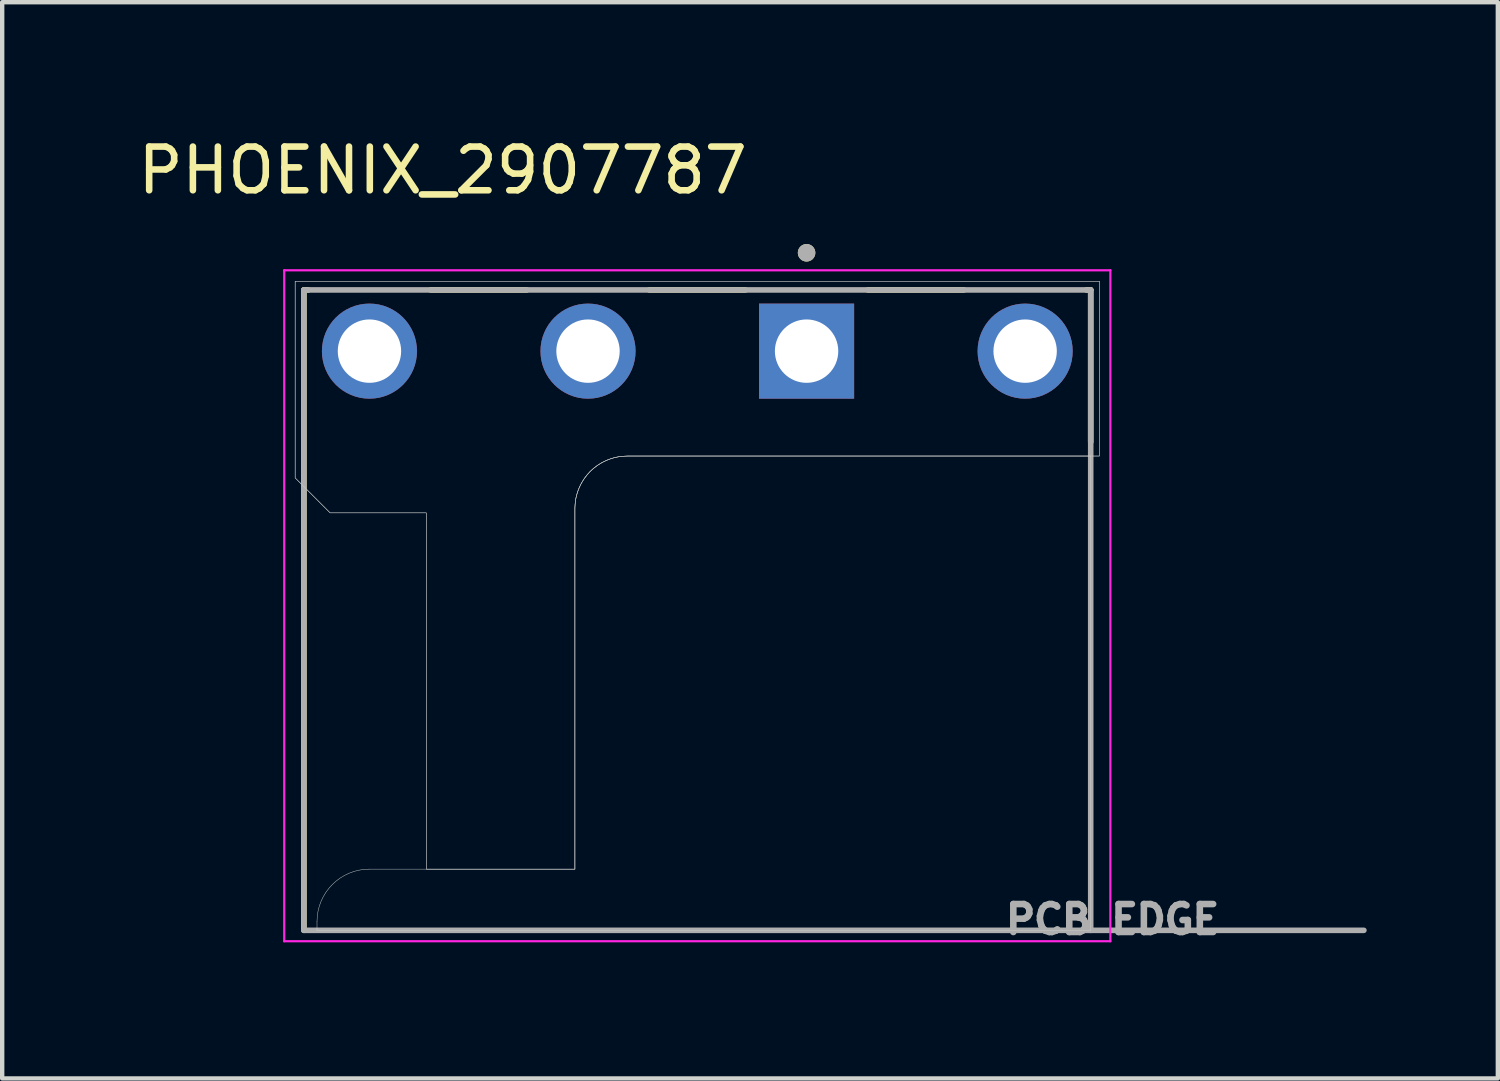
<source format=kicad_pcb>
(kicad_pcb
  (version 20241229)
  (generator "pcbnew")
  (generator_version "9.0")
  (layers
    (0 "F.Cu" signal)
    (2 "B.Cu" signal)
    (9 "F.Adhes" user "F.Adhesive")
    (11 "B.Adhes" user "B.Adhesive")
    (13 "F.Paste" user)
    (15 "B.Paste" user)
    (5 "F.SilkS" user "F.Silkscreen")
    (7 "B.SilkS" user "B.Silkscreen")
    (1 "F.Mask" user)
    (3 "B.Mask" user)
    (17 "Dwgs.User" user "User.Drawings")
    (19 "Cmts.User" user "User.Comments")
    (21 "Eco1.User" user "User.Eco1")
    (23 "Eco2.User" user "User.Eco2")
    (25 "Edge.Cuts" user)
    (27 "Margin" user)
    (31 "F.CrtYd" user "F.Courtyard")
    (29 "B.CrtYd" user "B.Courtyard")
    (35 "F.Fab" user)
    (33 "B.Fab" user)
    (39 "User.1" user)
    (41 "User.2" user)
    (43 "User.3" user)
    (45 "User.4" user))
  (footprint "PHOENIX_2907787"
    (layer "F.Cu")
    (at 3.902 18.233)
    (property "Reference" "PHOENIX_2907787" (at 3.175 -17.385 0) (layer "F.SilkS") (effects (font (size 1 1) (thickness 0.15))))
    (attr through_hole)
    (fp_line (start 0 -14.65) (end 0.099 -14.65) (stroke (width 0.127) (type solid)) (layer "F.SilkS"))
    (fp_line (start 0 0) (end 0 -14.65) (stroke (width 0.127) (type solid)) (layer "F.SilkS"))
    (fp_line (start 2.901 -14.65) (end 5.099 -14.65) (stroke (width 0.127) (type solid)) (layer "F.SilkS"))
    (fp_line (start 7.901 -14.65) (end 10.099 -14.65) (stroke (width 0.127) (type solid)) (layer "F.SilkS"))
    (fp_line (start 12.901 -14.65) (end 15.099 -14.65) (stroke (width 0.127) (type solid)) (layer "F.SilkS"))
    (fp_line (start 17.901 -14.65) (end 18 -14.65) (stroke (width 0.127) (type solid)) (layer "F.SilkS"))
    (fp_line (start 18 -14.65) (end 18 -11.17) (stroke (width 0.127) (type solid)) (layer "F.SilkS"))
    (fp_circle (center 11.5 -15.5) (end 11.6 -15.5) (stroke (width 0.2) (type solid)) (fill no) (layer "F.SilkS"))
    (fp_poly (pts (xy 18.2 -14.85) (xy 18.2 -10.85) (xy 7.4 -10.85) (xy 7.337 -10.848) (xy 7.275 -10.843) (xy 7.212 -10.835) (xy 7.151 -10.824) (xy 7.089 -10.809) (xy 7.029 -10.791) (xy 6.97 -10.77) (xy 6.912 -10.746) (xy 6.855 -10.719) (xy 6.8 -10.689) (xy 6.746 -10.656) (xy 6.695 -10.621) (xy 6.645 -10.583) (xy 6.597 -10.542) (xy 6.551 -10.499) (xy 6.508 -10.453) (xy 6.467 -10.405) (xy 6.429 -10.355) (xy 6.394 -10.304) (xy 6.361 -10.25) (xy 6.331 -10.195) (xy 6.304 -10.138) (xy 6.28 -10.08) (xy 6.259 -10.021) (xy 6.241 -9.961) (xy 6.226 -9.899) (xy 6.215 -9.838) (xy 6.207 -9.775) (xy 6.202 -9.713) (xy 6.2 -9.65) (xy 6.2 -1.4) (xy 2.8 -1.4) (xy 2.8 -9.55) (xy 0.6 -9.55) (xy -0.2 -10.35) (xy -0.2 -14.85) (xy 18.2 -14.85)) (stroke (width 0.01) (type solid)) (fill no) (layer "Dwgs.User"))
    (fp_poly (pts (xy 18.2 -14.85) (xy 18.2 -10.85) (xy 7.4 -10.85) (xy 7.337 -10.848) (xy 7.275 -10.843) (xy 7.212 -10.835) (xy 7.151 -10.824) (xy 7.089 -10.809) (xy 7.029 -10.791) (xy 6.97 -10.77) (xy 6.912 -10.746) (xy 6.855 -10.719) (xy 6.8 -10.689) (xy 6.746 -10.656) (xy 6.695 -10.621) (xy 6.645 -10.583) (xy 6.597 -10.542) (xy 6.551 -10.499) (xy 6.508 -10.453) (xy 6.467 -10.405) (xy 6.429 -10.355) (xy 6.394 -10.304) (xy 6.361 -10.25) (xy 6.331 -10.195) (xy 6.304 -10.138) (xy 6.28 -10.08) (xy 6.259 -10.021) (xy 6.241 -9.961) (xy 6.226 -9.899) (xy 6.215 -9.838) (xy 6.207 -9.775) (xy 6.202 -9.713) (xy 6.2 -9.65) (xy 6.2 -1.4) (xy 2.8 -1.4) (xy 2.8 -9.55) (xy 0.6 -9.55) (xy -0.2 -10.35) (xy -0.2 -14.85) (xy 18.2 -14.85)) (stroke (width 0.01) (type solid)) (fill no) (layer "Dwgs.User"))
    (fp_line (start 0.3 -0.2) (end 0.3 0) (stroke (width 0.01) (type solid)) (layer "Edge.Cuts"))
    (fp_line (start 0.3 0) (end 18 0) (stroke (width 0.01) (type solid)) (layer "Edge.Cuts"))
    (fp_line (start 6.2 -9.65) (end 6.2 -1.4) (stroke (width 0.01) (type solid)) (layer "Edge.Cuts"))
    (fp_line (start 6.2 -1.4) (end 1.5 -1.4) (stroke (width 0.01) (type solid)) (layer "Edge.Cuts"))
    (fp_line (start 18 -10.85) (end 7.4 -10.85) (stroke (width 0.01) (type solid)) (layer "Edge.Cuts"))
    (fp_line (start 18 0) (end 18 -10.85) (stroke (width 0.01) (type solid)) (layer "Edge.Cuts"))
    (fp_arc (start 0.3 -0.2) (mid 0.651472 -1.048528) (end 1.5 -1.4) (stroke (width 0.01) (type solid)) (layer "Edge.Cuts"))
    (fp_arc (start 6.2 -9.65) (mid 6.551472 -10.498528) (end 7.4 -10.85) (stroke (width 0.01) (type solid)) (layer "Edge.Cuts"))
    (fp_line (start -0.45 -15.1) (end -0.45 0.25) (stroke (width 0.05) (type solid)) (layer "F.CrtYd"))
    (fp_line (start -0.45 0.25) (end 18.45 0.25) (stroke (width 0.05) (type solid)) (layer "F.CrtYd"))
    (fp_line (start 18.45 -15.1) (end -0.45 -15.1) (stroke (width 0.05) (type solid)) (layer "F.CrtYd"))
    (fp_line (start 18.45 0.25) (end 18.45 -15.1) (stroke (width 0.05) (type solid)) (layer "F.CrtYd"))
    (fp_line (start 0 -14.65) (end 18 -14.65) (stroke (width 0.127) (type solid)) (layer "F.Fab"))
    (fp_line (start 0 0) (end 0 -14.65) (stroke (width 0.127) (type solid)) (layer "F.Fab"))
    (fp_line (start 18 -14.65) (end 18 0) (stroke (width 0.127) (type solid)) (layer "F.Fab"))
    (fp_line (start 18 0) (end 0 0) (stroke (width 0.127) (type solid)) (layer "F.Fab"))
    (fp_line (start 18 0) (end 24.25 0) (stroke (width 0.127) (type solid)) (layer "F.Fab"))
    (fp_circle (center 11.5 -15.5) (end 11.6 -15.5) (stroke (width 0.2) (type solid)) (fill no) (layer "F.Fab"))
    (fp_text user "PCB EDGE" (at 18.5 -0.25 0) (layer "F.Fab") (effects (font (size 0.64 0.64) (thickness 0.15))))
    (pad "1" thru_hole rect (at 11.5 -13.25) (size 2.175 2.175) (drill 1.45) (layers "*.Cu" "*.Mask"))
    (pad "2" thru_hole circle (at 16.5 -13.25) (size 2.175 2.175) (drill 1.45) (layers "*.Cu" "*.Mask"))
    (pad "3" thru_hole circle (at 6.5 -13.25) (size 2.175 2.175) (drill 1.45) (layers "*.Cu" "*.Mask"))
    (pad "4" thru_hole circle (at 1.5 -13.25) (size 2.175 2.175) (drill 1.45) (layers "*.Cu" "*.Mask")))
  (gr_rect
    (start -3 -3)
    (end 31.216 21.621)
    (stroke (width 0.1) (type default))
    (fill no)
    (layer "Edge.Cuts")))
</source>
